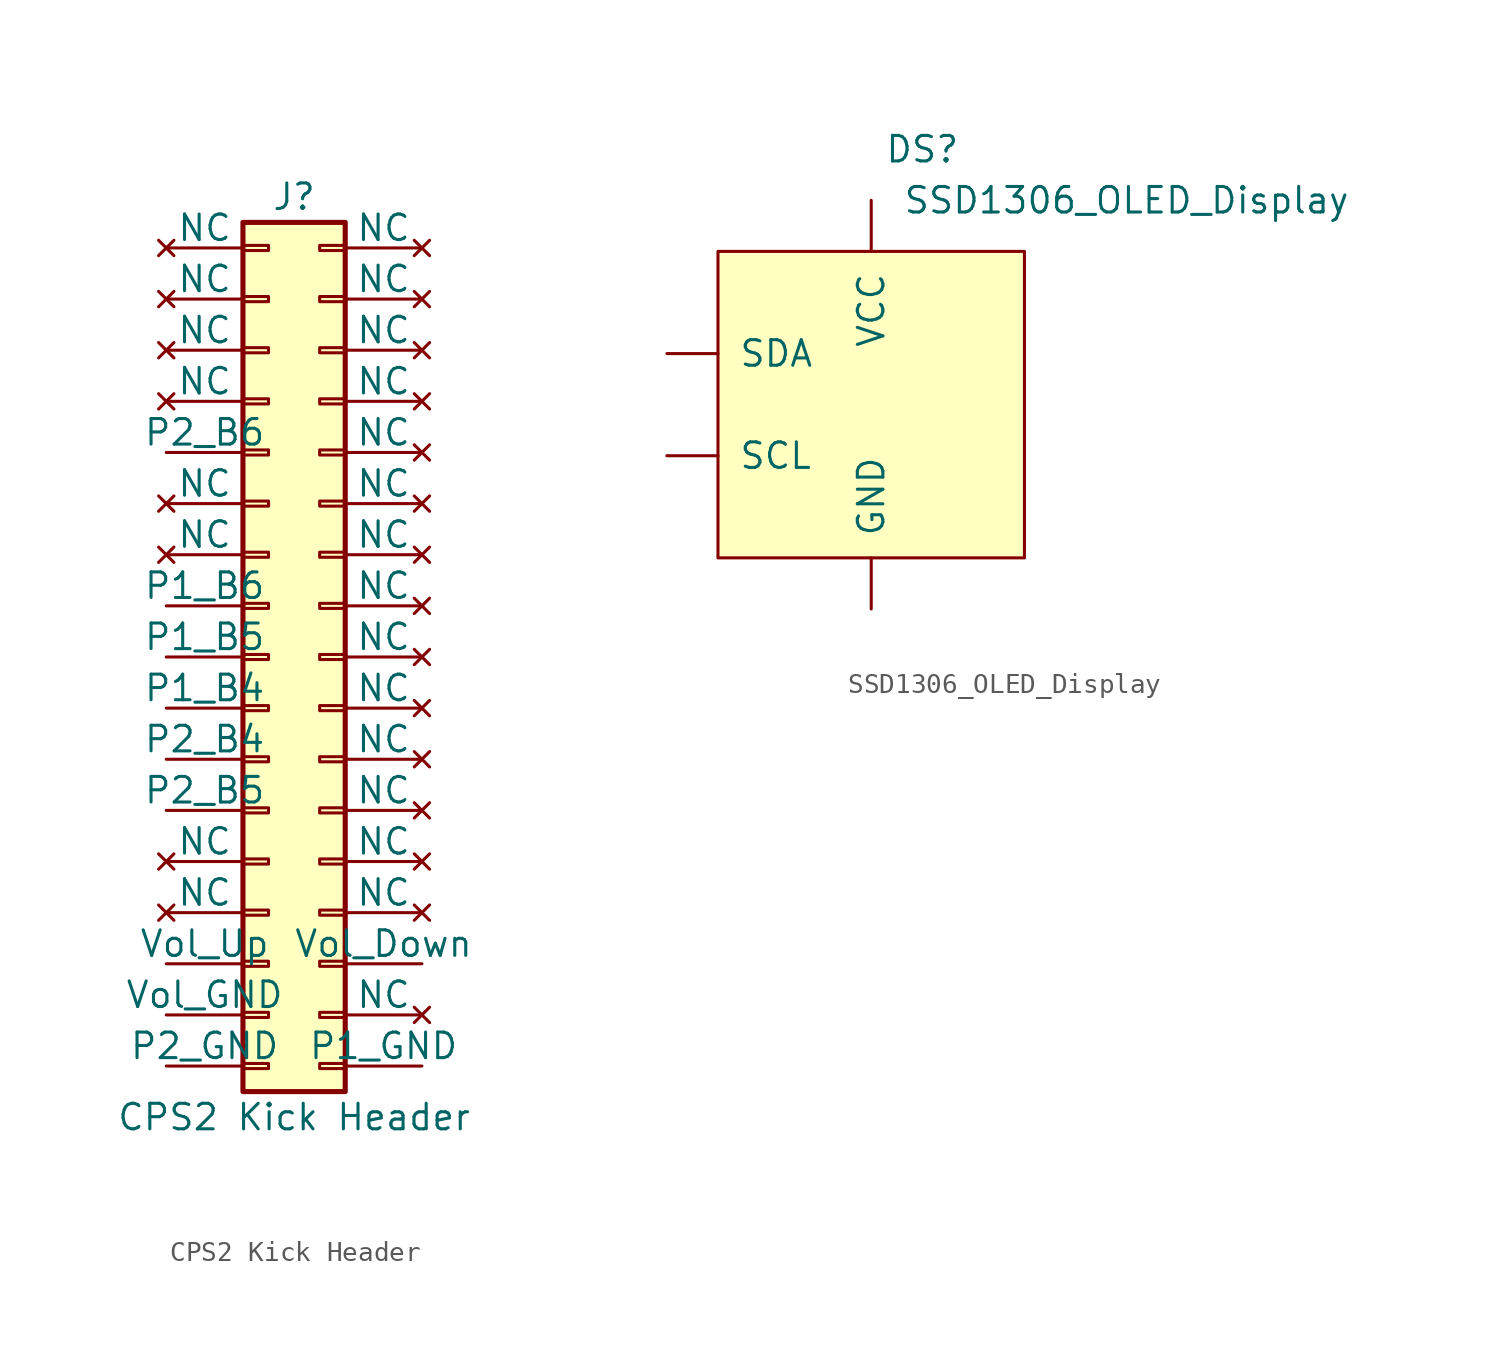
<source format=kicad_sym>
(kicad_symbol_lib
  (version 20211014)
  (generator kicad_symbol_editor)
  (symbol "CPS2 Kick Header"
    (pin_numbers hide)
    (pin_names
      (offset 0))
    (property "Reference" "J"
      (at 0 22.86 0)
      (effects (font (size 1.27 1.27))))
    (property "Value" "CPS2 Kick Header"
      (at 0 -22.86 0)
      (effects (font (size 1.27 1.27))))
    (symbol "CPS2 Kick Header_1_1"
      (rectangle (start -2.54 -20.193) (end -1.27 -20.447) (stroke (width 0.152) (type default) (color 0 0 0 0)) (fill (type none)))
      (rectangle (start -2.54 -17.653) (end -1.27 -17.907) (stroke (width 0.152) (type default) (color 0 0 0 0)) (fill (type none)))
      (rectangle (start -2.54 -15.113) (end -1.27 -15.367) (stroke (width 0.152) (type default) (color 0 0 0 0)) (fill (type none)))
      (rectangle (start -2.54 -12.573) (end -1.27 -12.827) (stroke (width 0.152) (type default) (color 0 0 0 0)) (fill (type none)))
      (rectangle (start -2.54 -10.033) (end -1.27 -10.287) (stroke (width 0.152) (type default) (color 0 0 0 0)) (fill (type none)))
      (rectangle (start -2.54 -7.493) (end -1.27 -7.747) (stroke (width 0.152) (type default) (color 0 0 0 0)) (fill (type none)))
      (rectangle (start -2.54 -4.953) (end -1.27 -5.207) (stroke (width 0.152) (type default) (color 0 0 0 0)) (fill (type none)))
      (rectangle (start -2.54 -2.413) (end -1.27 -2.667) (stroke (width 0.152) (type default) (color 0 0 0 0)) (fill (type none)))
      (rectangle (start -2.54 0.127) (end -1.27 -0.127) (stroke (width 0.152) (type default) (color 0 0 0 0)) (fill (type none)))
      (rectangle (start -2.54 2.667) (end -1.27 2.413) (stroke (width 0.152) (type default) (color 0 0 0 0)) (fill (type none)))
      (rectangle (start -2.54 5.207) (end -1.27 4.953) (stroke (width 0.152) (type default) (color 0 0 0 0)) (fill (type none)))
      (rectangle (start -2.54 7.747) (end -1.27 7.493) (stroke (width 0.152) (type default) (color 0 0 0 0)) (fill (type none)))
      (rectangle (start -2.54 10.287) (end -1.27 10.033) (stroke (width 0.152) (type default) (color 0 0 0 0)) (fill (type none)))
      (rectangle (start -2.54 12.827) (end -1.27 12.573) (stroke (width 0.152) (type default) (color 0 0 0 0)) (fill (type none)))
      (rectangle (start -2.54 15.367) (end -1.27 15.113) (stroke (width 0.152) (type default) (color 0 0 0 0)) (fill (type none)))
      (rectangle (start -2.54 17.907) (end -1.27 17.653) (stroke (width 0.152) (type default) (color 0 0 0 0)) (fill (type none)))
      (rectangle (start -2.54 20.447) (end -1.27 20.193) (stroke (width 0.152) (type default) (color 0 0 0 0)) (fill (type none)))
      (rectangle (start -2.54 21.59) (end 2.54 -21.59) (stroke (width 0.254) (type default) (color 0 0 0 0)) (fill (type background)))
      (rectangle (start 2.54 -20.193) (end 1.27 -20.447) (stroke (width 0.152) (type default) (color 0 0 0 0)) (fill (type none)))
      (rectangle (start 2.54 -17.653) (end 1.27 -17.907) (stroke (width 0.152) (type default) (color 0 0 0 0)) (fill (type none)))
      (rectangle (start 2.54 -15.113) (end 1.27 -15.367) (stroke (width 0.152) (type default) (color 0 0 0 0)) (fill (type none)))
      (rectangle (start 2.54 -12.573) (end 1.27 -12.827) (stroke (width 0.152) (type default) (color 0 0 0 0)) (fill (type none)))
      (rectangle (start 2.54 -10.033) (end 1.27 -10.287) (stroke (width 0.152) (type default) (color 0 0 0 0)) (fill (type none)))
      (rectangle (start 2.54 -7.493) (end 1.27 -7.747) (stroke (width 0.152) (type default) (color 0 0 0 0)) (fill (type none)))
      (rectangle (start 2.54 -4.953) (end 1.27 -5.207) (stroke (width 0.152) (type default) (color 0 0 0 0)) (fill (type none)))
      (rectangle (start 2.54 -2.413) (end 1.27 -2.667) (stroke (width 0.152) (type default) (color 0 0 0 0)) (fill (type none)))
      (rectangle (start 2.54 0.127) (end 1.27 -0.127) (stroke (width 0.152) (type default) (color 0 0 0 0)) (fill (type none)))
      (rectangle (start 2.54 2.667) (end 1.27 2.413) (stroke (width 0.152) (type default) (color 0 0 0 0)) (fill (type none)))
      (rectangle (start 2.54 5.207) (end 1.27 4.953) (stroke (width 0.152) (type default) (color 0 0 0 0)) (fill (type none)))
      (rectangle (start 2.54 7.747) (end 1.27 7.493) (stroke (width 0.152) (type default) (color 0 0 0 0)) (fill (type none)))
      (rectangle (start 2.54 10.287) (end 1.27 10.033) (stroke (width 0.152) (type default) (color 0 0 0 0)) (fill (type none)))
      (rectangle (start 2.54 12.827) (end 1.27 12.573) (stroke (width 0.152) (type default) (color 0 0 0 0)) (fill (type none)))
      (rectangle (start 2.54 15.367) (end 1.27 15.113) (stroke (width 0.152) (type default) (color 0 0 0 0)) (fill (type none)))
      (rectangle (start 2.54 17.907) (end 1.27 17.653) (stroke (width 0.152) (type default) (color 0 0 0 0)) (fill (type none)))
      (rectangle (start 2.54 20.447) (end 1.27 20.193) (stroke (width 0.152) (type default) (color 0 0 0 0)) (fill (type none)))
      (pin no_connect line (at -6.35 20.32 0) (length 3.81) (name "NC" (effects (font (size 1.27 1.27)))) (number "1" (effects (font (size 1.27 1.27)))))
      (pin no_connect line (at 6.35 10.16 180) (length 3.81) (name "NC" (effects (font (size 1.27 1.27)))) (number "10" (effects (font (size 1.27 1.27)))))
      (pin no_connect line (at -6.35 7.62 0) (length 3.81) (name "NC" (effects (font (size 1.27 1.27)))) (number "11" (effects (font (size 1.27 1.27)))))
      (pin no_connect line (at 6.35 7.62 180) (length 3.81) (name "NC" (effects (font (size 1.27 1.27)))) (number "12" (effects (font (size 1.27 1.27)))))
      (pin no_connect line (at -6.35 5.08 0) (length 3.81) (name "NC" (effects (font (size 1.27 1.27)))) (number "13" (effects (font (size 1.27 1.27)))))
      (pin no_connect line (at 6.35 5.08 180) (length 3.81) (name "NC" (effects (font (size 1.27 1.27)))) (number "14" (effects (font (size 1.27 1.27)))))
      (pin passive line (at -6.35 2.54 0) (length 3.81) (name "P1_B6" (effects (font (size 1.27 1.27)))) (number "15" (effects (font (size 1.27 1.27)))))
      (pin no_connect line (at 6.35 2.54 180) (length 3.81) (name "NC" (effects (font (size 1.27 1.27)))) (number "16" (effects (font (size 1.27 1.27)))))
      (pin passive line (at -6.35 0 0) (length 3.81) (name "P1_B5" (effects (font (size 1.27 1.27)))) (number "17" (effects (font (size 1.27 1.27)))))
      (pin no_connect line (at 6.35 0 180) (length 3.81) (name "NC" (effects (font (size 1.27 1.27)))) (number "18" (effects (font (size 1.27 1.27)))))
      (pin passive line (at -6.35 -2.54 0) (length 3.81) (name "P1_B4" (effects (font (size 1.27 1.27)))) (number "19" (effects (font (size 1.27 1.27)))))
      (pin no_connect line (at 6.35 20.32 180) (length 3.81) (name "NC" (effects (font (size 1.27 1.27)))) (number "2" (effects (font (size 1.27 1.27)))))
      (pin no_connect line (at 6.35 -2.54 180) (length 3.81) (name "NC" (effects (font (size 1.27 1.27)))) (number "20" (effects (font (size 1.27 1.27)))))
      (pin passive line (at -6.35 -5.08 0) (length 3.81) (name "P2_B4" (effects (font (size 1.27 1.27)))) (number "21" (effects (font (size 1.27 1.27)))))
      (pin no_connect line (at 6.35 -5.08 180) (length 3.81) (name "NC" (effects (font (size 1.27 1.27)))) (number "22" (effects (font (size 1.27 1.27)))))
      (pin passive line (at -6.35 -7.62 0) (length 3.81) (name "P2_B5" (effects (font (size 1.27 1.27)))) (number "23" (effects (font (size 1.27 1.27)))))
      (pin no_connect line (at 6.35 -7.62 180) (length 3.81) (name "NC" (effects (font (size 1.27 1.27)))) (number "24" (effects (font (size 1.27 1.27)))))
      (pin no_connect line (at -6.35 -10.16 0) (length 3.81) (name "NC" (effects (font (size 1.27 1.27)))) (number "25" (effects (font (size 1.27 1.27)))))
      (pin no_connect line (at 6.35 -10.16 180) (length 3.81) (name "NC" (effects (font (size 1.27 1.27)))) (number "26" (effects (font (size 1.27 1.27)))))
      (pin no_connect line (at -6.35 -12.7 0) (length 3.81) (name "NC" (effects (font (size 1.27 1.27)))) (number "27" (effects (font (size 1.27 1.27)))))
      (pin no_connect line (at 6.35 -12.7 180) (length 3.81) (name "NC" (effects (font (size 1.27 1.27)))) (number "28" (effects (font (size 1.27 1.27)))))
      (pin passive line (at -6.35 -15.24 0) (length 3.81) (name "Vol_Up" (effects (font (size 1.27 1.27)))) (number "29" (effects (font (size 1.27 1.27)))))
      (pin no_connect line (at -6.35 17.78 0) (length 3.81) (name "NC" (effects (font (size 1.27 1.27)))) (number "3" (effects (font (size 1.27 1.27)))))
      (pin passive line (at 6.35 -15.24 180) (length 3.81) (name "Vol_Down" (effects (font (size 1.27 1.27)))) (number "30" (effects (font (size 1.27 1.27)))))
      (pin passive line (at -6.35 -17.78 0) (length 3.81) (name "Vol_GND" (effects (font (size 1.27 1.27)))) (number "31" (effects (font (size 1.27 1.27)))))
      (pin no_connect line (at 6.35 -17.78 180) (length 3.81) (name "NC" (effects (font (size 1.27 1.27)))) (number "32" (effects (font (size 1.27 1.27)))))
      (pin power_in line (at -6.35 -20.32 0) (length 3.81) (name "P2_GND" (effects (font (size 1.27 1.27)))) (number "33" (effects (font (size 1.27 1.27)))))
      (pin power_in line (at 6.35 -20.32 180) (length 3.81) (name "P1_GND" (effects (font (size 1.27 1.27)))) (number "34" (effects (font (size 1.27 1.27)))))
      (pin no_connect line (at 6.35 17.78 180) (length 3.81) (name "NC" (effects (font (size 1.27 1.27)))) (number "4" (effects (font (size 1.27 1.27)))))
      (pin no_connect line (at -6.35 15.24 0) (length 3.81) (name "NC" (effects (font (size 1.27 1.27)))) (number "5" (effects (font (size 1.27 1.27)))))
      (pin no_connect line (at 6.35 15.24 180) (length 3.81) (name "NC" (effects (font (size 1.27 1.27)))) (number "6" (effects (font (size 1.27 1.27)))))
      (pin no_connect line (at -6.35 12.7 0) (length 3.81) (name "NC" (effects (font (size 1.27 1.27)))) (number "7" (effects (font (size 1.27 1.27)))))
      (pin no_connect line (at 6.35 12.7 180) (length 3.81) (name "NC" (effects (font (size 1.27 1.27)))) (number "8" (effects (font (size 1.27 1.27)))))
      (pin passive line (at -6.35 10.16 0) (length 3.81) (name "P2_B6" (effects (font (size 1.27 1.27)))) (number "9" (effects (font (size 1.27 1.27)))))))
  (symbol "SSD1306_OLED_Display"
    (pin_names
      (offset 1.016))
    (property "Reference" "DS"
      (at 2.54 12.7 0)
      (effects (font (size 1.27 1.27))))
    (property "Value" "SSD1306_OLED_Display"
      (at 12.7 10.16 0)
      (effects (font (size 1.27 1.27))))
    (symbol "SSD1306_OLED_Display_0_1"
      (rectangle (start -7.62 7.62) (end 7.62 -7.62) (stroke (width 0) (type default) (color 0 0 0 0)) (fill (type background))))
    (symbol "SSD1306_OLED_Display_1_1"
      (pin power_in line (at 0 -10.16 90) (length 2.54) (name "GND" (effects (font (size 1.27 1.27)))) (number "~" (effects (font (size 1.27 1.27)))))
      (pin input line (at -10.16 -2.54 0) (length 2.54) (name "SCL" (effects (font (size 1.27 1.27)))) (number "~" (effects (font (size 1.27 1.27)))))
      (pin bidirectional line (at -10.16 2.54 0) (length 2.54) (name "SDA" (effects (font (size 1.27 1.27)))) (number "~" (effects (font (size 1.27 1.27)))))
      (pin power_in line (at 0 10.16 270) (length 2.54) (name "VCC" (effects (font (size 1.27 1.27)))) (number "~" (effects (font (size 1.27 1.27))))))))
</source>
